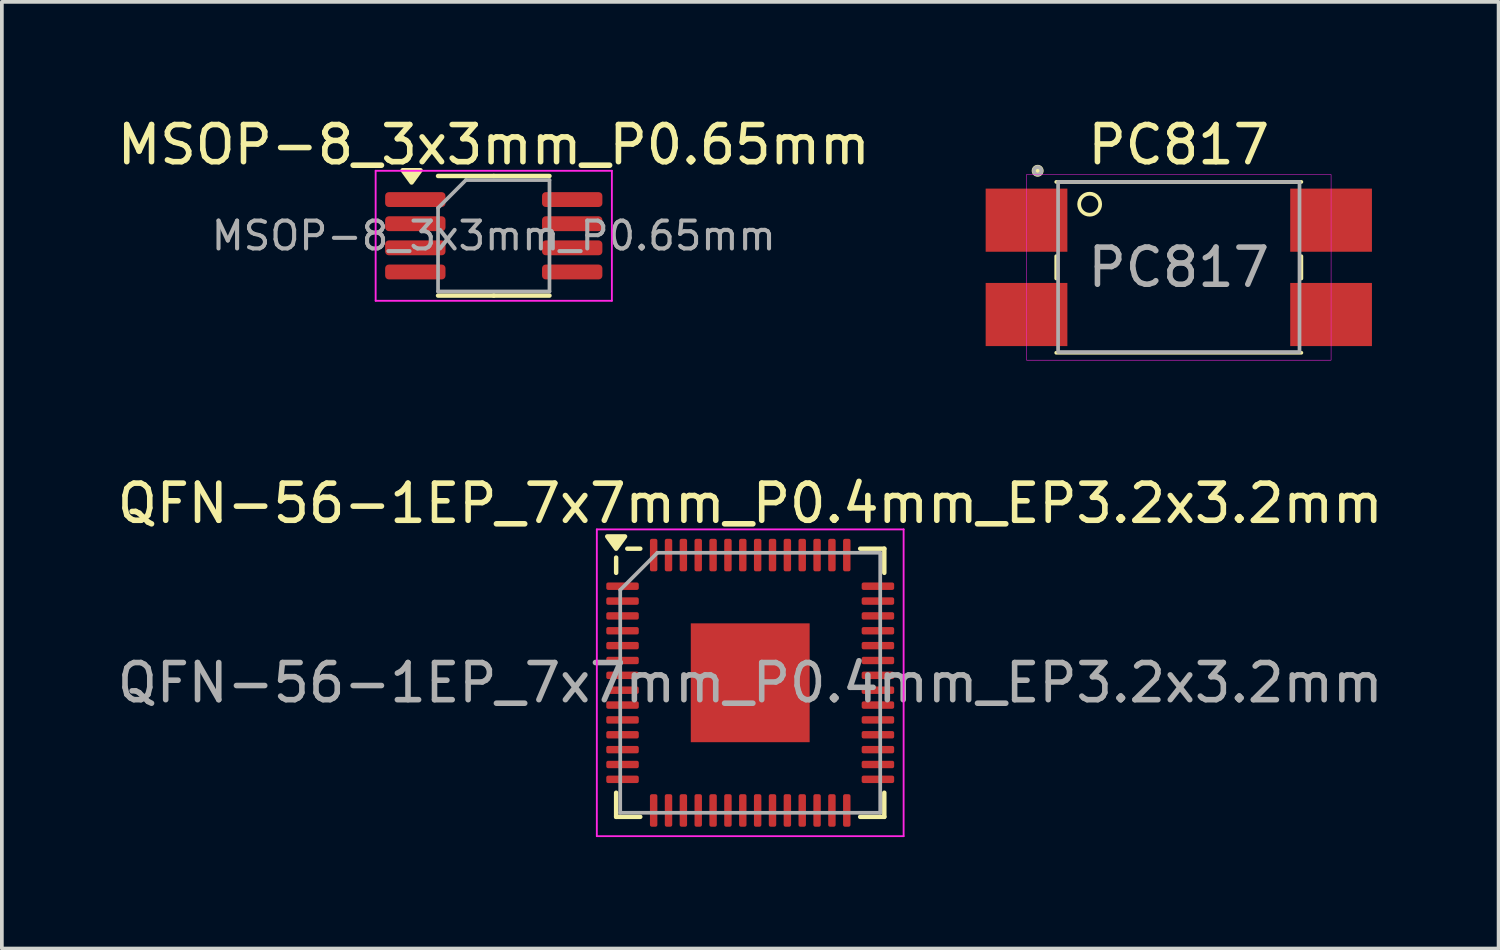
<source format=kicad_pcb>
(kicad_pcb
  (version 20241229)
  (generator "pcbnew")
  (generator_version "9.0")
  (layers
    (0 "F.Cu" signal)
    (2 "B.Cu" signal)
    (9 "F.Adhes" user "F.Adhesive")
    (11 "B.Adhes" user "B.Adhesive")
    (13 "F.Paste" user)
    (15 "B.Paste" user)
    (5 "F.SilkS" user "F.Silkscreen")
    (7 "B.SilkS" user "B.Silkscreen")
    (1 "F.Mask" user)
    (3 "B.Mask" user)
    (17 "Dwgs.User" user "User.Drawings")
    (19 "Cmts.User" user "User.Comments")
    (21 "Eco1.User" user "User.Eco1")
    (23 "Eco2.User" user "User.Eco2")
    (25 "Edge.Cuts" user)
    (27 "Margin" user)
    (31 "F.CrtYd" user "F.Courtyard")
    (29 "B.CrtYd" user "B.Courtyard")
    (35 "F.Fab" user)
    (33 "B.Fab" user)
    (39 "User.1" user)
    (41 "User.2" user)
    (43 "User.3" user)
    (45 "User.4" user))
  (footprint "QFN-56-1EP_7x7mm_P0.4mm_EP3.2x3.2mm"
    (layer "F.Cu")
    (at 17.149 15.333)
    (property "Reference" "QFN-56-1EP_7x7mm_P0.4mm_EP3.2x3.2mm" (at 0 -4.83 0) (layer "F.SilkS") (effects (font (size 1 1) (thickness 0.15))))
    (attr smd)
    (fp_line (start -3.61 -2.96) (end -3.61 -3.37) (stroke (width 0.12) (type solid)) (layer "F.SilkS"))
    (fp_line (start -3.61 3.61) (end -3.61 2.96) (stroke (width 0.12) (type solid)) (layer "F.SilkS"))
    (fp_line (start -2.96 -3.61) (end -3.31 -3.61) (stroke (width 0.12) (type solid)) (layer "F.SilkS"))
    (fp_line (start -2.96 3.61) (end -3.61 3.61) (stroke (width 0.12) (type solid)) (layer "F.SilkS"))
    (fp_line (start 2.96 -3.61) (end 3.61 -3.61) (stroke (width 0.12) (type solid)) (layer "F.SilkS"))
    (fp_line (start 2.96 3.61) (end 3.61 3.61) (stroke (width 0.12) (type solid)) (layer "F.SilkS"))
    (fp_line (start 3.61 -3.61) (end 3.61 -2.96) (stroke (width 0.12) (type solid)) (layer "F.SilkS"))
    (fp_line (start 3.61 3.61) (end 3.61 2.96) (stroke (width 0.12) (type solid)) (layer "F.SilkS"))
    (fp_poly (pts (xy -3.61 -3.61) (xy -3.85 -3.94) (xy -3.37 -3.94) (xy -3.61 -3.61)) (stroke (width 0.12) (type solid)) (fill yes) (layer "F.SilkS"))
    (fp_line (start -4.13 -4.13) (end -4.13 4.13) (stroke (width 0.05) (type solid)) (layer "F.CrtYd"))
    (fp_line (start -4.13 4.13) (end 4.13 4.13) (stroke (width 0.05) (type solid)) (layer "F.CrtYd"))
    (fp_line (start 4.13 -4.13) (end -4.13 -4.13) (stroke (width 0.05) (type solid)) (layer "F.CrtYd"))
    (fp_line (start 4.13 4.13) (end 4.13 -4.13) (stroke (width 0.05) (type solid)) (layer "F.CrtYd"))
    (fp_line (start -3.5 -2.5) (end -2.5 -3.5) (stroke (width 0.1) (type solid)) (layer "F.Fab"))
    (fp_line (start -3.5 3.5) (end -3.5 -2.5) (stroke (width 0.1) (type solid)) (layer "F.Fab"))
    (fp_line (start -2.5 -3.5) (end 3.5 -3.5) (stroke (width 0.1) (type solid)) (layer "F.Fab"))
    (fp_line (start 3.5 -3.5) (end 3.5 3.5) (stroke (width 0.1) (type solid)) (layer "F.Fab"))
    (fp_line (start 3.5 3.5) (end -3.5 3.5) (stroke (width 0.1) (type solid)) (layer "F.Fab"))
    (fp_text user "${REFERENCE}" (at 0 0 0) (layer "F.Fab") (effects (font (size 1 1) (thickness 0.15))))
    (pad "" smd roundrect (at -0.8 -0.8) (size 1.29 1.29) (layers "F.Paste") (roundrect_rratio 0.194))
    (pad "" smd roundrect (at -0.8 0.8) (size 1.29 1.29) (layers "F.Paste") (roundrect_rratio 0.194))
    (pad "" smd roundrect (at 0.8 -0.8) (size 1.29 1.29) (layers "F.Paste") (roundrect_rratio 0.194))
    (pad "" smd roundrect (at 0.8 0.8) (size 1.29 1.29) (layers "F.Paste") (roundrect_rratio 0.194))
    (pad "1" smd roundrect (at -3.438 -2.6) (size 0.875 0.2) (layers "F.Cu" "F.Mask" "F.Paste") (roundrect_rratio 0.25))
    (pad "2" smd roundrect (at -3.438 -2.2) (size 0.875 0.2) (layers "F.Cu" "F.Mask" "F.Paste") (roundrect_rratio 0.25))
    (pad "3" smd roundrect (at -3.438 -1.8) (size 0.875 0.2) (layers "F.Cu" "F.Mask" "F.Paste") (roundrect_rratio 0.25))
    (pad "4" smd roundrect (at -3.438 -1.4) (size 0.875 0.2) (layers "F.Cu" "F.Mask" "F.Paste") (roundrect_rratio 0.25))
    (pad "5" smd roundrect (at -3.438 -1) (size 0.875 0.2) (layers "F.Cu" "F.Mask" "F.Paste") (roundrect_rratio 0.25))
    (pad "6" smd roundrect (at -3.438 -0.6) (size 0.875 0.2) (layers "F.Cu" "F.Mask" "F.Paste") (roundrect_rratio 0.25))
    (pad "7" smd roundrect (at -3.438 -0.2) (size 0.875 0.2) (layers "F.Cu" "F.Mask" "F.Paste") (roundrect_rratio 0.25))
    (pad "8" smd roundrect (at -3.438 0.2) (size 0.875 0.2) (layers "F.Cu" "F.Mask" "F.Paste") (roundrect_rratio 0.25))
    (pad "9" smd roundrect (at -3.438 0.6) (size 0.875 0.2) (layers "F.Cu" "F.Mask" "F.Paste") (roundrect_rratio 0.25))
    (pad "10" smd roundrect (at -3.438 1) (size 0.875 0.2) (layers "F.Cu" "F.Mask" "F.Paste") (roundrect_rratio 0.25))
    (pad "11" smd roundrect (at -3.438 1.4) (size 0.875 0.2) (layers "F.Cu" "F.Mask" "F.Paste") (roundrect_rratio 0.25))
    (pad "12" smd roundrect (at -3.438 1.8) (size 0.875 0.2) (layers "F.Cu" "F.Mask" "F.Paste") (roundrect_rratio 0.25))
    (pad "13" smd roundrect (at -3.438 2.2) (size 0.875 0.2) (layers "F.Cu" "F.Mask" "F.Paste") (roundrect_rratio 0.25))
    (pad "14" smd roundrect (at -3.438 2.6) (size 0.875 0.2) (layers "F.Cu" "F.Mask" "F.Paste") (roundrect_rratio 0.25))
    (pad "15" smd roundrect (at -2.6 3.438) (size 0.2 0.875) (layers "F.Cu" "F.Mask" "F.Paste") (roundrect_rratio 0.25))
    (pad "16" smd roundrect (at -2.2 3.438) (size 0.2 0.875) (layers "F.Cu" "F.Mask" "F.Paste") (roundrect_rratio 0.25))
    (pad "17" smd roundrect (at -1.8 3.438) (size 0.2 0.875) (layers "F.Cu" "F.Mask" "F.Paste") (roundrect_rratio 0.25))
    (pad "18" smd roundrect (at -1.4 3.438) (size 0.2 0.875) (layers "F.Cu" "F.Mask" "F.Paste") (roundrect_rratio 0.25))
    (pad "19" smd roundrect (at -1 3.438) (size 0.2 0.875) (layers "F.Cu" "F.Mask" "F.Paste") (roundrect_rratio 0.25))
    (pad "20" smd roundrect (at -0.6 3.438) (size 0.2 0.875) (layers "F.Cu" "F.Mask" "F.Paste") (roundrect_rratio 0.25))
    (pad "21" smd roundrect (at -0.2 3.438) (size 0.2 0.875) (layers "F.Cu" "F.Mask" "F.Paste") (roundrect_rratio 0.25))
    (pad "22" smd roundrect (at 0.2 3.438) (size 0.2 0.875) (layers "F.Cu" "F.Mask" "F.Paste") (roundrect_rratio 0.25))
    (pad "23" smd roundrect (at 0.6 3.438) (size 0.2 0.875) (layers "F.Cu" "F.Mask" "F.Paste") (roundrect_rratio 0.25))
    (pad "24" smd roundrect (at 1 3.438) (size 0.2 0.875) (layers "F.Cu" "F.Mask" "F.Paste") (roundrect_rratio 0.25))
    (pad "25" smd roundrect (at 1.4 3.438) (size 0.2 0.875) (layers "F.Cu" "F.Mask" "F.Paste") (roundrect_rratio 0.25))
    (pad "26" smd roundrect (at 1.8 3.438) (size 0.2 0.875) (layers "F.Cu" "F.Mask" "F.Paste") (roundrect_rratio 0.25))
    (pad "27" smd roundrect (at 2.2 3.438) (size 0.2 0.875) (layers "F.Cu" "F.Mask" "F.Paste") (roundrect_rratio 0.25))
    (pad "28" smd roundrect (at 2.6 3.438) (size 0.2 0.875) (layers "F.Cu" "F.Mask" "F.Paste") (roundrect_rratio 0.25))
    (pad "29" smd roundrect (at 3.438 2.6) (size 0.875 0.2) (layers "F.Cu" "F.Mask" "F.Paste") (roundrect_rratio 0.25))
    (pad "30" smd roundrect (at 3.438 2.2) (size 0.875 0.2) (layers "F.Cu" "F.Mask" "F.Paste") (roundrect_rratio 0.25))
    (pad "31" smd roundrect (at 3.438 1.8) (size 0.875 0.2) (layers "F.Cu" "F.Mask" "F.Paste") (roundrect_rratio 0.25))
    (pad "32" smd roundrect (at 3.438 1.4) (size 0.875 0.2) (layers "F.Cu" "F.Mask" "F.Paste") (roundrect_rratio 0.25))
    (pad "33" smd roundrect (at 3.438 1) (size 0.875 0.2) (layers "F.Cu" "F.Mask" "F.Paste") (roundrect_rratio 0.25))
    (pad "34" smd roundrect (at 3.438 0.6) (size 0.875 0.2) (layers "F.Cu" "F.Mask" "F.Paste") (roundrect_rratio 0.25))
    (pad "35" smd roundrect (at 3.438 0.2) (size 0.875 0.2) (layers "F.Cu" "F.Mask" "F.Paste") (roundrect_rratio 0.25))
    (pad "36" smd roundrect (at 3.438 -0.2) (size 0.875 0.2) (layers "F.Cu" "F.Mask" "F.Paste") (roundrect_rratio 0.25))
    (pad "37" smd roundrect (at 3.438 -0.6) (size 0.875 0.2) (layers "F.Cu" "F.Mask" "F.Paste") (roundrect_rratio 0.25))
    (pad "38" smd roundrect (at 3.438 -1) (size 0.875 0.2) (layers "F.Cu" "F.Mask" "F.Paste") (roundrect_rratio 0.25))
    (pad "39" smd roundrect (at 3.438 -1.4) (size 0.875 0.2) (layers "F.Cu" "F.Mask" "F.Paste") (roundrect_rratio 0.25))
    (pad "40" smd roundrect (at 3.438 -1.8) (size 0.875 0.2) (layers "F.Cu" "F.Mask" "F.Paste") (roundrect_rratio 0.25))
    (pad "41" smd roundrect (at 3.438 -2.2) (size 0.875 0.2) (layers "F.Cu" "F.Mask" "F.Paste") (roundrect_rratio 0.25))
    (pad "42" smd roundrect (at 3.438 -2.6) (size 0.875 0.2) (layers "F.Cu" "F.Mask" "F.Paste") (roundrect_rratio 0.25))
    (pad "43" smd roundrect (at 2.6 -3.438) (size 0.2 0.875) (layers "F.Cu" "F.Mask" "F.Paste") (roundrect_rratio 0.25))
    (pad "44" smd roundrect (at 2.2 -3.438) (size 0.2 0.875) (layers "F.Cu" "F.Mask" "F.Paste") (roundrect_rratio 0.25))
    (pad "45" smd roundrect (at 1.8 -3.438) (size 0.2 0.875) (layers "F.Cu" "F.Mask" "F.Paste") (roundrect_rratio 0.25))
    (pad "46" smd roundrect (at 1.4 -3.438) (size 0.2 0.875) (layers "F.Cu" "F.Mask" "F.Paste") (roundrect_rratio 0.25))
    (pad "47" smd roundrect (at 1 -3.438) (size 0.2 0.875) (layers "F.Cu" "F.Mask" "F.Paste") (roundrect_rratio 0.25))
    (pad "48" smd roundrect (at 0.6 -3.438) (size 0.2 0.875) (layers "F.Cu" "F.Mask" "F.Paste") (roundrect_rratio 0.25))
    (pad "49" smd roundrect (at 0.2 -3.438) (size 0.2 0.875) (layers "F.Cu" "F.Mask" "F.Paste") (roundrect_rratio 0.25))
    (pad "50" smd roundrect (at -0.2 -3.438) (size 0.2 0.875) (layers "F.Cu" "F.Mask" "F.Paste") (roundrect_rratio 0.25))
    (pad "51" smd roundrect (at -0.6 -3.438) (size 0.2 0.875) (layers "F.Cu" "F.Mask" "F.Paste") (roundrect_rratio 0.25))
    (pad "52" smd roundrect (at -1 -3.438) (size 0.2 0.875) (layers "F.Cu" "F.Mask" "F.Paste") (roundrect_rratio 0.25))
    (pad "53" smd roundrect (at -1.4 -3.438) (size 0.2 0.875) (layers "F.Cu" "F.Mask" "F.Paste") (roundrect_rratio 0.25))
    (pad "54" smd roundrect (at -1.8 -3.438) (size 0.2 0.875) (layers "F.Cu" "F.Mask" "F.Paste") (roundrect_rratio 0.25))
    (pad "55" smd roundrect (at -2.2 -3.438) (size 0.2 0.875) (layers "F.Cu" "F.Mask" "F.Paste") (roundrect_rratio 0.25))
    (pad "56" smd roundrect (at -2.6 -3.438) (size 0.2 0.875) (layers "F.Cu" "F.Mask" "F.Paste") (roundrect_rratio 0.25))
    (pad "57" smd rect (at 0 0) (size 3.2 3.2) (property pad_prop_heatsink) (layers "F.Cu" "F.Mask")))
  (footprint "PC817"
    (layer "F.Cu")
    (at 28.688 4.148)
    (property "Reference" "PC817" (at 0 -3.3 0) (unlocked yes) (layer "F.SilkS") (effects (font (size 1 1) (thickness 0.15))))
    (fp_line (start -3.3 -2.3) (end 3.3 -2.3) (stroke (width 0.1) (type default)) (layer "F.SilkS"))
    (fp_line (start -3.3 -0.3) (end -3.3 0.3) (stroke (width 0.1) (type default)) (layer "F.SilkS"))
    (fp_line (start 3.3 -0.3) (end 3.3 0.3) (stroke (width 0.1) (type default)) (layer "F.SilkS"))
    (fp_line (start 3.3 2.3) (end -3.3 2.3) (stroke (width 0.1) (type default)) (layer "F.SilkS"))
    (fp_circle (center -3.8 -2.6) (end -3.7 -2.6) (stroke (width 0.12) (type solid)) (fill yes) (layer "F.SilkS"))
    (fp_circle (center -2.4 -1.7) (end -2.2 -1.5) (stroke (width 0.1) (type default)) (fill no) (layer "F.SilkS"))
    (fp_rect (start -4.1 -2.5) (end 4.1 2.5) (stroke (width 0.013) (type solid)) (fill no) (layer "F.CrtYd"))
    (fp_rect (start -3.25 -2.3) (end 3.25 2.28) (stroke (width 0.1) (type solid)) (fill no) (layer "F.Fab"))
    (fp_circle (center -3.8 -2.6) (end -3.7 -2.6) (stroke (width 0.1) (type solid)) (fill no) (layer "F.Fab"))
    (fp_text user "${REFERENCE}" (at 0 0 0) (layer "F.Fab") (effects (font (size 1 1) (thickness 0.15))))
    (pad "1" smd rect (at -4.1 -1.27) (size 2.2 1.7) (layers "F.Cu" "F.Mask" "F.Paste"))
    (pad "2" smd rect (at -4.1 1.27) (size 2.2 1.7) (layers "F.Cu" "F.Mask" "F.Paste"))
    (pad "3" smd rect (at 4.1 1.27) (size 2.2 1.7) (layers "F.Cu" "F.Mask" "F.Paste"))
    (pad "4" smd rect (at 4.1 -1.27) (size 2.2 1.7) (layers "F.Cu" "F.Mask" "F.Paste")))
  (footprint "MSOP-8_3x3mm_P0.65mm"
    (layer "F.Cu")
    (at 10.244 3.298)
    (property "Reference" "MSOP-8_3x3mm_P0.65mm" (at 0 -2.45 0) (layer "F.SilkS") (effects (font (size 1 1) (thickness 0.15))))
    (attr smd)
    (fp_line (start 0 -1.61) (end -1.5 -1.61) (stroke (width 0.12) (type solid)) (layer "F.SilkS"))
    (fp_line (start 0 -1.61) (end 1.5 -1.61) (stroke (width 0.12) (type solid)) (layer "F.SilkS"))
    (fp_line (start 0 1.61) (end -1.5 1.61) (stroke (width 0.12) (type solid)) (layer "F.SilkS"))
    (fp_line (start 0 1.61) (end 1.5 1.61) (stroke (width 0.12) (type solid)) (layer "F.SilkS"))
    (fp_poly (pts (xy -2.212 -1.435) (xy -2.453 -1.765) (xy -1.972 -1.765) (xy -2.212 -1.435)) (stroke (width 0.12) (type solid)) (fill yes) (layer "F.SilkS"))
    (fp_line (start -3.18 -1.75) (end -3.18 1.75) (stroke (width 0.05) (type solid)) (layer "F.CrtYd"))
    (fp_line (start -3.18 1.75) (end 3.18 1.75) (stroke (width 0.05) (type solid)) (layer "F.CrtYd"))
    (fp_line (start 3.18 -1.75) (end -3.18 -1.75) (stroke (width 0.05) (type solid)) (layer "F.CrtYd"))
    (fp_line (start 3.18 1.75) (end 3.18 -1.75) (stroke (width 0.05) (type solid)) (layer "F.CrtYd"))
    (fp_line (start -1.5 -0.75) (end -0.75 -1.5) (stroke (width 0.1) (type solid)) (layer "F.Fab"))
    (fp_line (start -1.5 1.5) (end -1.5 -0.75) (stroke (width 0.1) (type solid)) (layer "F.Fab"))
    (fp_line (start -0.75 -1.5) (end 1.5 -1.5) (stroke (width 0.1) (type solid)) (layer "F.Fab"))
    (fp_line (start 1.5 -1.5) (end 1.5 1.5) (stroke (width 0.1) (type solid)) (layer "F.Fab"))
    (fp_line (start 1.5 1.5) (end -1.5 1.5) (stroke (width 0.1) (type solid)) (layer "F.Fab"))
    (fp_text user "${REFERENCE}" (at 0 0 0) (layer "F.Fab") (effects (font (size 0.75 0.75) (thickness 0.11))))
    (pad "1" smd roundrect (at -2.112 -0.975) (size 1.625 0.4) (layers "F.Cu" "F.Mask" "F.Paste") (roundrect_rratio 0.25))
    (pad "2" smd roundrect (at -2.112 -0.325) (size 1.625 0.4) (layers "F.Cu" "F.Mask" "F.Paste") (roundrect_rratio 0.25))
    (pad "3" smd roundrect (at -2.112 0.325) (size 1.625 0.4) (layers "F.Cu" "F.Mask" "F.Paste") (roundrect_rratio 0.25))
    (pad "4" smd roundrect (at -2.112 0.975) (size 1.625 0.4) (layers "F.Cu" "F.Mask" "F.Paste") (roundrect_rratio 0.25))
    (pad "5" smd roundrect (at 2.112 0.975) (size 1.625 0.4) (layers "F.Cu" "F.Mask" "F.Paste") (roundrect_rratio 0.25))
    (pad "6" smd roundrect (at 2.112 0.325) (size 1.625 0.4) (layers "F.Cu" "F.Mask" "F.Paste") (roundrect_rratio 0.25))
    (pad "7" smd roundrect (at 2.112 -0.325) (size 1.625 0.4) (layers "F.Cu" "F.Mask" "F.Paste") (roundrect_rratio 0.25))
    (pad "8" smd roundrect (at 2.112 -0.975) (size 1.625 0.4) (layers "F.Cu" "F.Mask" "F.Paste") (roundrect_rratio 0.25)))
  (gr_rect
    (start -3 -3)
    (end 37.298 22.488)
    (stroke (width 0.1) (type default))
    (fill no)
    (layer "Edge.Cuts")))
</source>
